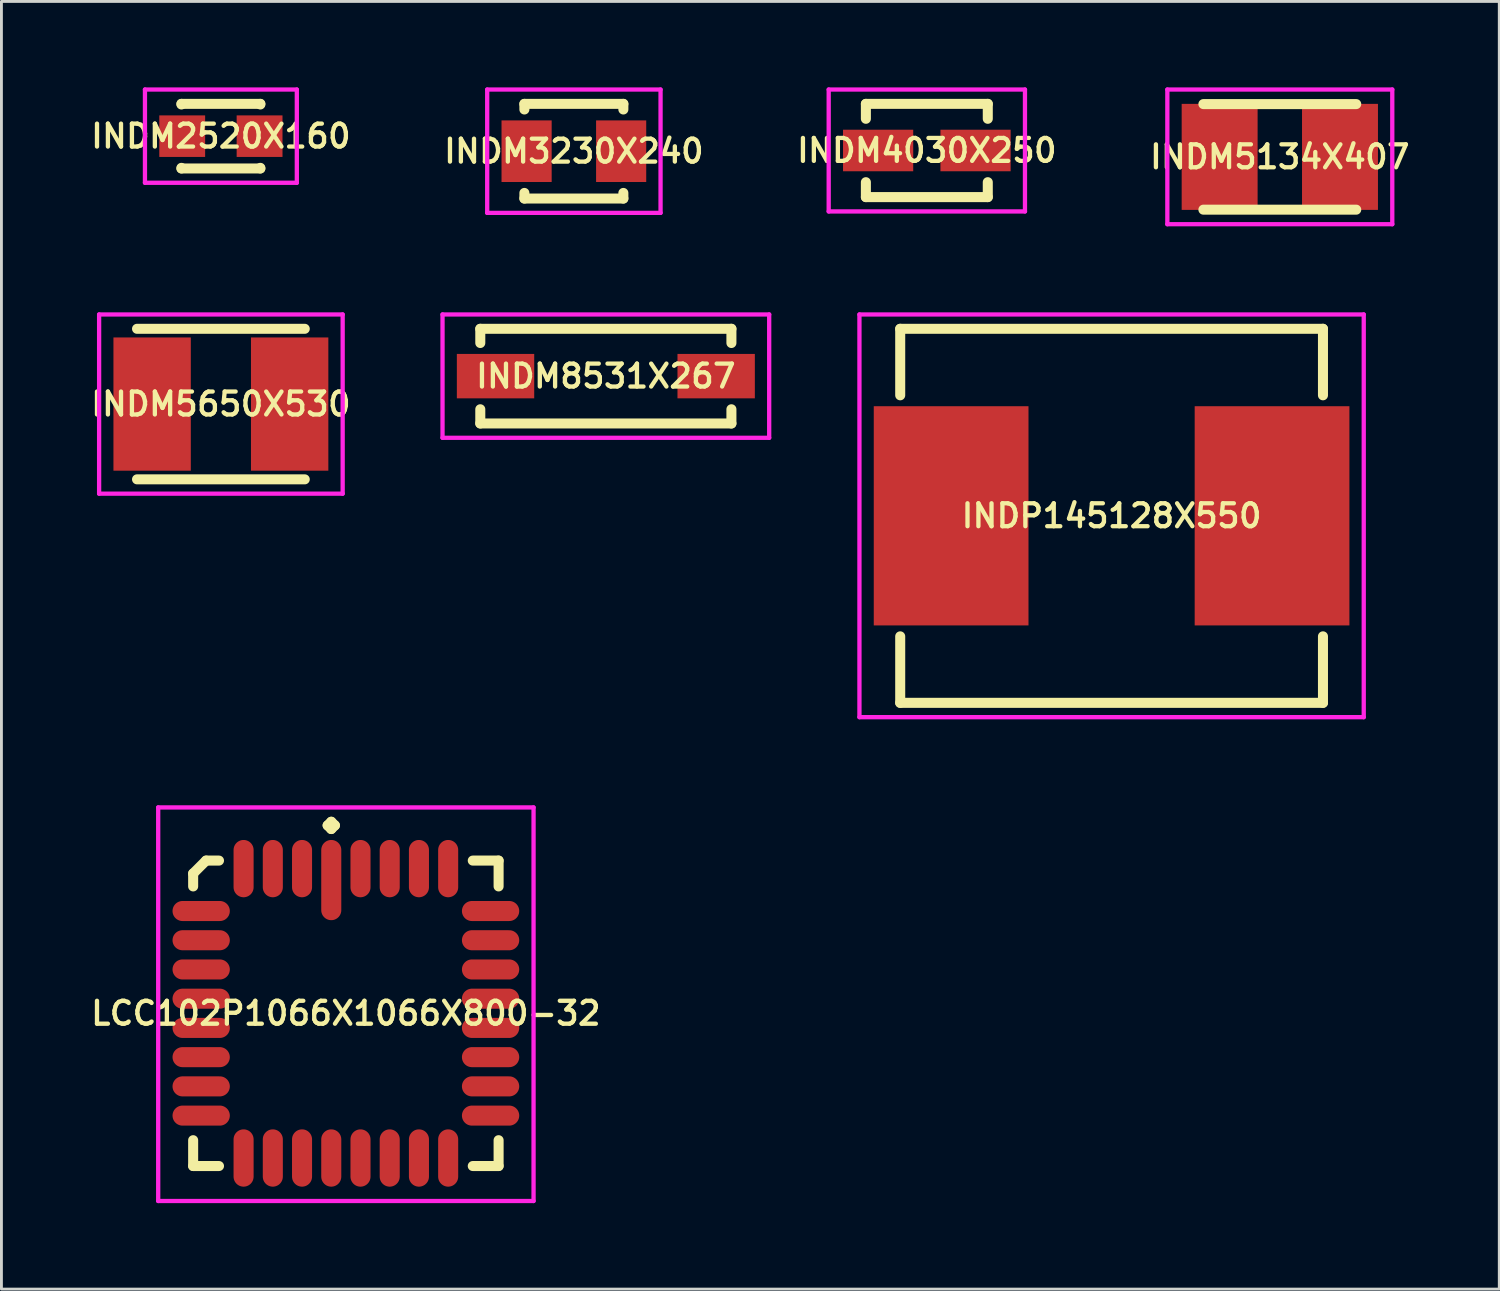
<source format=kicad_pcb>
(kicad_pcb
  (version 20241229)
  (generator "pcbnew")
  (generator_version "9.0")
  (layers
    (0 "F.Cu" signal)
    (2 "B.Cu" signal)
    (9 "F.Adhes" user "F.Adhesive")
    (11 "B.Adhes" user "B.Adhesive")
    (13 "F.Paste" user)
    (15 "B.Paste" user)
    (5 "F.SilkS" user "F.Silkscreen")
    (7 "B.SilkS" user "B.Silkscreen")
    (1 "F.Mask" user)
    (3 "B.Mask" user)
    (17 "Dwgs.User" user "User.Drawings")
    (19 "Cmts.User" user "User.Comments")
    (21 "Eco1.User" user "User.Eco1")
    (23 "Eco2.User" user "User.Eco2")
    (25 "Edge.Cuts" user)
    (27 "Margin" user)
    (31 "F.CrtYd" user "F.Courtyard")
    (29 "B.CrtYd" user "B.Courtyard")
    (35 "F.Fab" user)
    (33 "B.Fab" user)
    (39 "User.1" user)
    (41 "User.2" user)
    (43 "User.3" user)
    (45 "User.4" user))
  (footprint "INDM5650X530"
    (layer "F.Cu")
    (at 4.659 11.052)
    (property "Reference" "INDM5650X530" (at 0 0 0) (layer "F.SilkS") (effects (font (size 0.8 0.8) (thickness 0.15))))
    (attr smd)
    (fp_line (start -2.927 -2.627) (end 2.927 -2.627) (stroke (width 0.35) (type solid)) (layer "F.SilkS"))
    (fp_line (start -2.927 2.627) (end 2.927 2.627) (stroke (width 0.35) (type solid)) (layer "F.SilkS"))
    (fp_line (start -4.25 -3.127) (end 4.25 -3.127) (stroke (width 0.15) (type solid)) (layer "F.CrtYd"))
    (fp_line (start -4.25 3.127) (end -4.25 -3.127) (stroke (width 0.15) (type solid)) (layer "F.CrtYd"))
    (fp_line (start 4.25 -3.127) (end 4.25 3.127) (stroke (width 0.15) (type solid)) (layer "F.CrtYd"))
    (fp_line (start 4.25 3.127) (end -4.25 3.127) (stroke (width 0.15) (type solid)) (layer "F.CrtYd"))
    (pad "1" smd rect (at -2.4 0) (size 2.7 4.65) (layers "F.Cu" "F.Mask" "F.Paste"))
    (pad "2" smd rect (at 2.4 0) (size 2.7 4.65) (layers "F.Cu" "F.Mask" "F.Paste")))
  (footprint "INDM5134X407"
    (layer "F.Cu")
    (at 41.615 2.425)
    (property "Reference" "INDM5134X407" (at 0 0 0) (layer "F.SilkS") (effects (font (size 0.8 0.8) (thickness 0.15))))
    (attr smd)
    (fp_line (start -2.667 -1.842) (end 2.667 -1.842) (stroke (width 0.35) (type solid)) (layer "F.SilkS"))
    (fp_line (start -2.667 1.842) (end 2.667 1.842) (stroke (width 0.35) (type solid)) (layer "F.SilkS"))
    (fp_line (start -3.925 -2.35) (end 3.925 -2.35) (stroke (width 0.15) (type solid)) (layer "F.CrtYd"))
    (fp_line (start -3.925 2.35) (end -3.925 -2.35) (stroke (width 0.15) (type solid)) (layer "F.CrtYd"))
    (fp_line (start 3.925 -2.35) (end 3.925 2.35) (stroke (width 0.15) (type solid)) (layer "F.CrtYd"))
    (fp_line (start 3.925 2.35) (end -3.925 2.35) (stroke (width 0.15) (type solid)) (layer "F.CrtYd"))
    (pad "1" smd rect (at -2.1 0) (size 2.65 3.7) (layers "F.Cu" "F.Mask" "F.Paste"))
    (pad "2" smd rect (at 2.1 0) (size 2.65 3.7) (layers "F.Cu" "F.Mask" "F.Paste")))
  (footprint "INDM4030X250"
    (layer "F.Cu")
    (at 29.296 2.202)
    (property "Reference" "INDM4030X250" (at 0 0 0) (layer "F.SilkS") (effects (font (size 0.8 0.8) (thickness 0.15))))
    (attr smd)
    (fp_line (start -2.127 -1.627) (end 2.127 -1.627) (stroke (width 0.35) (type solid)) (layer "F.SilkS"))
    (fp_line (start -2.127 -1.106) (end -2.127 -1.627) (stroke (width 0.35) (type solid)) (layer "F.SilkS"))
    (fp_line (start -2.127 1.106) (end -2.127 1.627) (stroke (width 0.35) (type solid)) (layer "F.SilkS"))
    (fp_line (start -2.127 1.627) (end 2.127 1.627) (stroke (width 0.35) (type solid)) (layer "F.SilkS"))
    (fp_line (start 2.127 -1.627) (end 2.127 -1.106) (stroke (width 0.35) (type solid)) (layer "F.SilkS"))
    (fp_line (start 2.127 1.627) (end 2.127 1.106) (stroke (width 0.35) (type solid)) (layer "F.SilkS"))
    (fp_line (start -3.425 -2.127) (end 3.425 -2.127) (stroke (width 0.15) (type solid)) (layer "F.CrtYd"))
    (fp_line (start -3.425 2.127) (end -3.425 -2.127) (stroke (width 0.15) (type solid)) (layer "F.CrtYd"))
    (fp_line (start 3.425 -2.127) (end 3.425 2.127) (stroke (width 0.15) (type solid)) (layer "F.CrtYd"))
    (fp_line (start 3.425 2.127) (end -3.425 2.127) (stroke (width 0.15) (type solid)) (layer "F.CrtYd"))
    (pad "1" smd rect (at -1.7 0) (size 2.45 1.45) (layers "F.Cu" "F.Mask" "F.Paste"))
    (pad "2" smd rect (at 1.7 0) (size 2.45 1.45) (layers "F.Cu" "F.Mask" "F.Paste")))
  (footprint "INDM2520X160"
    (layer "F.Cu")
    (at 4.659 1.702)
    (property "Reference" "INDM2520X160" (at 0 0 0) (layer "F.SilkS") (effects (font (size 0.8 0.8) (thickness 0.15))))
    (attr smd)
    (fp_line (start -1.377 -1.127) (end 1.377 -1.127) (stroke (width 0.35) (type solid)) (layer "F.SilkS"))
    (fp_line (start -1.377 -1.106) (end -1.377 -1.127) (stroke (width 0.35) (type solid)) (layer "F.SilkS"))
    (fp_line (start -1.377 1.106) (end -1.377 1.127) (stroke (width 0.35) (type solid)) (layer "F.SilkS"))
    (fp_line (start -1.377 1.127) (end 1.377 1.127) (stroke (width 0.35) (type solid)) (layer "F.SilkS"))
    (fp_line (start 1.377 -1.127) (end 1.377 -1.106) (stroke (width 0.35) (type solid)) (layer "F.SilkS"))
    (fp_line (start 1.377 1.127) (end 1.377 1.106) (stroke (width 0.35) (type solid)) (layer "F.SilkS"))
    (fp_line (start -2.65 -1.627) (end 2.65 -1.627) (stroke (width 0.15) (type solid)) (layer "F.CrtYd"))
    (fp_line (start -2.65 1.627) (end -2.65 -1.627) (stroke (width 0.15) (type solid)) (layer "F.CrtYd"))
    (fp_line (start 2.65 -1.627) (end 2.65 1.627) (stroke (width 0.15) (type solid)) (layer "F.CrtYd"))
    (fp_line (start 2.65 1.627) (end -2.65 1.627) (stroke (width 0.15) (type solid)) (layer "F.CrtYd"))
    (pad "1" smd rect (at -1.35 0) (size 1.6 1.45) (layers "F.Cu" "F.Mask" "F.Paste"))
    (pad "2" smd rect (at 1.35 0) (size 1.6 1.45) (layers "F.Cu" "F.Mask" "F.Paste")))
  (footprint "INDP145128X550"
    (layer "F.Cu")
    (at 35.744 14.952)
    (property "Reference" "INDP145128X550" (at 0 0 0) (layer "F.SilkS") (effects (font (size 0.8 0.8) (thickness 0.15))))
    (attr smd)
    (fp_line (start -7.377 -6.527) (end 7.377 -6.527) (stroke (width 0.35) (type solid)) (layer "F.SilkS"))
    (fp_line (start -7.377 -4.206) (end -7.377 -6.527) (stroke (width 0.35) (type solid)) (layer "F.SilkS"))
    (fp_line (start -7.377 4.206) (end -7.377 6.527) (stroke (width 0.35) (type solid)) (layer "F.SilkS"))
    (fp_line (start -7.377 6.527) (end 7.377 6.527) (stroke (width 0.35) (type solid)) (layer "F.SilkS"))
    (fp_line (start 7.377 -6.527) (end 7.377 -4.206) (stroke (width 0.35) (type solid)) (layer "F.SilkS"))
    (fp_line (start 7.377 6.527) (end 7.377 4.206) (stroke (width 0.35) (type solid)) (layer "F.SilkS"))
    (fp_line (start -8.8 -7.027) (end 8.8 -7.027) (stroke (width 0.15) (type solid)) (layer "F.CrtYd"))
    (fp_line (start -8.8 7.027) (end -8.8 -7.027) (stroke (width 0.15) (type solid)) (layer "F.CrtYd"))
    (fp_line (start 8.8 -7.027) (end 8.8 7.027) (stroke (width 0.15) (type solid)) (layer "F.CrtYd"))
    (fp_line (start 8.8 7.027) (end -8.8 7.027) (stroke (width 0.15) (type solid)) (layer "F.CrtYd"))
    (pad "1" smd rect (at -5.6 0) (size 5.4 7.65) (layers "F.Cu" "F.Mask" "F.Paste"))
    (pad "2" smd rect (at 5.6 0) (size 5.4 7.65) (layers "F.Cu" "F.Mask" "F.Paste")))
  (footprint "LCC102P1066X1066X800-32"
    (layer "F.Cu")
    (at 9.021 32.314)
    (property "Reference" "LCC102P1066X1066X800-32" (at 0 0 0) (layer "F.SilkS") (effects (font (size 0.8 0.8) (thickness 0.15))))
    (attr smd)
    (fp_line (start -5.33 -4.879) (end -4.879 -5.33) (stroke (width 0.35) (type solid)) (layer "F.SilkS"))
    (fp_line (start -5.33 -4.428) (end -5.33 -4.879) (stroke (width 0.35) (type solid)) (layer "F.SilkS"))
    (fp_line (start -5.33 4.428) (end -5.33 5.33) (stroke (width 0.35) (type solid)) (layer "F.SilkS"))
    (fp_line (start -5.33 5.33) (end -4.428 5.33) (stroke (width 0.35) (type solid)) (layer "F.SilkS"))
    (fp_line (start -4.879 -5.33) (end -4.428 -5.33) (stroke (width 0.35) (type solid)) (layer "F.SilkS"))
    (fp_line (start -0.637 -6.558) (end -0.51 -6.685) (stroke (width 0.35) (type solid)) (layer "F.SilkS"))
    (fp_line (start -0.51 -6.685) (end -0.383 -6.558) (stroke (width 0.35) (type solid)) (layer "F.SilkS"))
    (fp_line (start -0.51 -6.431) (end -0.637 -6.558) (stroke (width 0.35) (type solid)) (layer "F.SilkS"))
    (fp_line (start -0.383 -6.558) (end -0.51 -6.431) (stroke (width 0.35) (type solid)) (layer "F.SilkS"))
    (fp_line (start 5.33 -5.33) (end 4.428 -5.33) (stroke (width 0.35) (type solid)) (layer "F.SilkS"))
    (fp_line (start 5.33 -4.428) (end 5.33 -5.33) (stroke (width 0.35) (type solid)) (layer "F.SilkS"))
    (fp_line (start 5.33 4.428) (end 5.33 5.33) (stroke (width 0.35) (type solid)) (layer "F.SilkS"))
    (fp_line (start 5.33 5.33) (end 4.428 5.33) (stroke (width 0.35) (type solid)) (layer "F.SilkS"))
    (fp_line (start -6.55 -7.185) (end 6.55 -7.185) (stroke (width 0.15) (type solid)) (layer "F.CrtYd"))
    (fp_line (start -6.55 6.55) (end -6.55 -7.185) (stroke (width 0.15) (type solid)) (layer "F.CrtYd"))
    (fp_line (start 6.55 -7.185) (end 6.55 6.55) (stroke (width 0.15) (type solid)) (layer "F.CrtYd"))
    (fp_line (start 6.55 6.55) (end -6.55 6.55) (stroke (width 0.15) (type solid)) (layer "F.CrtYd"))
    (pad "1" smd oval (at -0.51 -4.65) (size 0.7 2.8) (layers "F.Cu" "F.Mask" "F.Paste"))
    (pad "2" smd oval (at -1.53 -5.05) (size 0.7 2) (layers "F.Cu" "F.Mask" "F.Paste"))
    (pad "3" smd oval (at -2.55 -5.05) (size 0.7 2) (layers "F.Cu" "F.Mask" "F.Paste"))
    (pad "4" smd oval (at -3.57 -5.05) (size 0.7 2) (layers "F.Cu" "F.Mask" "F.Paste"))
    (pad "5" smd oval (at -5.05 -3.57) (size 2 0.7) (layers "F.Cu" "F.Mask" "F.Paste"))
    (pad "6" smd oval (at -5.05 -2.55) (size 2 0.7) (layers "F.Cu" "F.Mask" "F.Paste"))
    (pad "7" smd oval (at -5.05 -1.53) (size 2 0.7) (layers "F.Cu" "F.Mask" "F.Paste"))
    (pad "8" smd oval (at -5.05 -0.51) (size 2 0.7) (layers "F.Cu" "F.Mask" "F.Paste"))
    (pad "9" smd oval (at -5.05 0.51) (size 2 0.7) (layers "F.Cu" "F.Mask" "F.Paste"))
    (pad "10" smd oval (at -5.05 1.53) (size 2 0.7) (layers "F.Cu" "F.Mask" "F.Paste"))
    (pad "11" smd oval (at -5.05 2.55) (size 2 0.7) (layers "F.Cu" "F.Mask" "F.Paste"))
    (pad "12" smd oval (at -5.05 3.57) (size 2 0.7) (layers "F.Cu" "F.Mask" "F.Paste"))
    (pad "13" smd oval (at -3.57 5.05) (size 0.7 2) (layers "F.Cu" "F.Mask" "F.Paste"))
    (pad "14" smd oval (at -2.55 5.05) (size 0.7 2) (layers "F.Cu" "F.Mask" "F.Paste"))
    (pad "15" smd oval (at -1.53 5.05) (size 0.7 2) (layers "F.Cu" "F.Mask" "F.Paste"))
    (pad "16" smd oval (at -0.51 5.05) (size 0.7 2) (layers "F.Cu" "F.Mask" "F.Paste"))
    (pad "17" smd oval (at 0.51 5.05) (size 0.7 2) (layers "F.Cu" "F.Mask" "F.Paste"))
    (pad "18" smd oval (at 1.53 5.05) (size 0.7 2) (layers "F.Cu" "F.Mask" "F.Paste"))
    (pad "19" smd oval (at 2.55 5.05) (size 0.7 2) (layers "F.Cu" "F.Mask" "F.Paste"))
    (pad "20" smd oval (at 3.57 5.05) (size 0.7 2) (layers "F.Cu" "F.Mask" "F.Paste"))
    (pad "21" smd oval (at 5.05 3.57) (size 2 0.7) (layers "F.Cu" "F.Mask" "F.Paste"))
    (pad "22" smd oval (at 5.05 2.55) (size 2 0.7) (layers "F.Cu" "F.Mask" "F.Paste"))
    (pad "23" smd oval (at 5.05 1.53) (size 2 0.7) (layers "F.Cu" "F.Mask" "F.Paste"))
    (pad "24" smd oval (at 5.05 0.51) (size 2 0.7) (layers "F.Cu" "F.Mask" "F.Paste"))
    (pad "25" smd oval (at 5.05 -0.51) (size 2 0.7) (layers "F.Cu" "F.Mask" "F.Paste"))
    (pad "26" smd oval (at 5.05 -1.53) (size 2 0.7) (layers "F.Cu" "F.Mask" "F.Paste"))
    (pad "27" smd oval (at 5.05 -2.55) (size 2 0.7) (layers "F.Cu" "F.Mask" "F.Paste"))
    (pad "28" smd oval (at 5.05 -3.57) (size 2 0.7) (layers "F.Cu" "F.Mask" "F.Paste"))
    (pad "29" smd oval (at 3.57 -5.05) (size 0.7 2) (layers "F.Cu" "F.Mask" "F.Paste"))
    (pad "30" smd oval (at 2.55 -5.05) (size 0.7 2) (layers "F.Cu" "F.Mask" "F.Paste"))
    (pad "31" smd oval (at 1.53 -5.05) (size 0.7 2) (layers "F.Cu" "F.Mask" "F.Paste"))
    (pad "32" smd oval (at 0.51 -5.05) (size 0.7 2) (layers "F.Cu" "F.Mask" "F.Paste")))
  (footprint "INDM3230X240"
    (layer "F.Cu")
    (at 16.978 2.227)
    (property "Reference" "INDM3230X240" (at 0 0 0) (layer "F.SilkS") (effects (font (size 0.8 0.8) (thickness 0.15))))
    (attr smd)
    (fp_line (start -1.727 -1.652) (end 1.727 -1.652) (stroke (width 0.35) (type solid)) (layer "F.SilkS"))
    (fp_line (start -1.727 -1.456) (end -1.727 -1.652) (stroke (width 0.35) (type solid)) (layer "F.SilkS"))
    (fp_line (start -1.727 1.456) (end -1.727 1.652) (stroke (width 0.35) (type solid)) (layer "F.SilkS"))
    (fp_line (start -1.727 1.652) (end 1.727 1.652) (stroke (width 0.35) (type solid)) (layer "F.SilkS"))
    (fp_line (start 1.727 -1.652) (end 1.727 -1.456) (stroke (width 0.35) (type solid)) (layer "F.SilkS"))
    (fp_line (start 1.727 1.652) (end 1.727 1.456) (stroke (width 0.35) (type solid)) (layer "F.SilkS"))
    (fp_line (start -3.025 -2.152) (end 3.025 -2.152) (stroke (width 0.15) (type solid)) (layer "F.CrtYd"))
    (fp_line (start -3.025 2.152) (end -3.025 -2.152) (stroke (width 0.15) (type solid)) (layer "F.CrtYd"))
    (fp_line (start 3.025 -2.152) (end 3.025 2.152) (stroke (width 0.15) (type solid)) (layer "F.CrtYd"))
    (fp_line (start 3.025 2.152) (end -3.025 2.152) (stroke (width 0.15) (type solid)) (layer "F.CrtYd"))
    (pad "1" smd rect (at -1.65 0) (size 1.75 2.15) (layers "F.Cu" "F.Mask" "F.Paste"))
    (pad "2" smd rect (at 1.65 0) (size 1.75 2.15) (layers "F.Cu" "F.Mask" "F.Paste")))
  (footprint "INDM8531X267"
    (layer "F.Cu")
    (at 18.094 10.077)
    (property "Reference" "INDM8531X267" (at 0 0 0) (layer "F.SilkS") (effects (font (size 0.8 0.8) (thickness 0.15))))
    (attr smd)
    (fp_line (start -4.382 -1.652) (end 4.382 -1.652) (stroke (width 0.35) (type solid)) (layer "F.SilkS"))
    (fp_line (start -4.382 -1.156) (end -4.382 -1.652) (stroke (width 0.35) (type solid)) (layer "F.SilkS"))
    (fp_line (start -4.382 1.156) (end -4.382 1.652) (stroke (width 0.35) (type solid)) (layer "F.SilkS"))
    (fp_line (start -4.382 1.652) (end 4.382 1.652) (stroke (width 0.35) (type solid)) (layer "F.SilkS"))
    (fp_line (start 4.382 -1.652) (end 4.382 -1.156) (stroke (width 0.35) (type solid)) (layer "F.SilkS"))
    (fp_line (start 4.382 1.652) (end 4.382 1.156) (stroke (width 0.35) (type solid)) (layer "F.SilkS"))
    (fp_line (start -5.7 -2.152) (end 5.7 -2.152) (stroke (width 0.15) (type solid)) (layer "F.CrtYd"))
    (fp_line (start -5.7 2.152) (end -5.7 -2.152) (stroke (width 0.15) (type solid)) (layer "F.CrtYd"))
    (fp_line (start 5.7 -2.152) (end 5.7 2.152) (stroke (width 0.15) (type solid)) (layer "F.CrtYd"))
    (fp_line (start 5.7 2.152) (end -5.7 2.152) (stroke (width 0.15) (type solid)) (layer "F.CrtYd"))
    (pad "1" smd rect (at -3.85 0) (size 2.7 1.55) (layers "F.Cu" "F.Mask" "F.Paste"))
    (pad "2" smd rect (at 3.85 0) (size 2.7 1.55) (layers "F.Cu" "F.Mask" "F.Paste")))
  (gr_rect
    (start -3 -3)
    (end 49.274 41.939)
    (stroke (width 0.1) (type default))
    (fill no)
    (layer "Edge.Cuts")))
</source>
